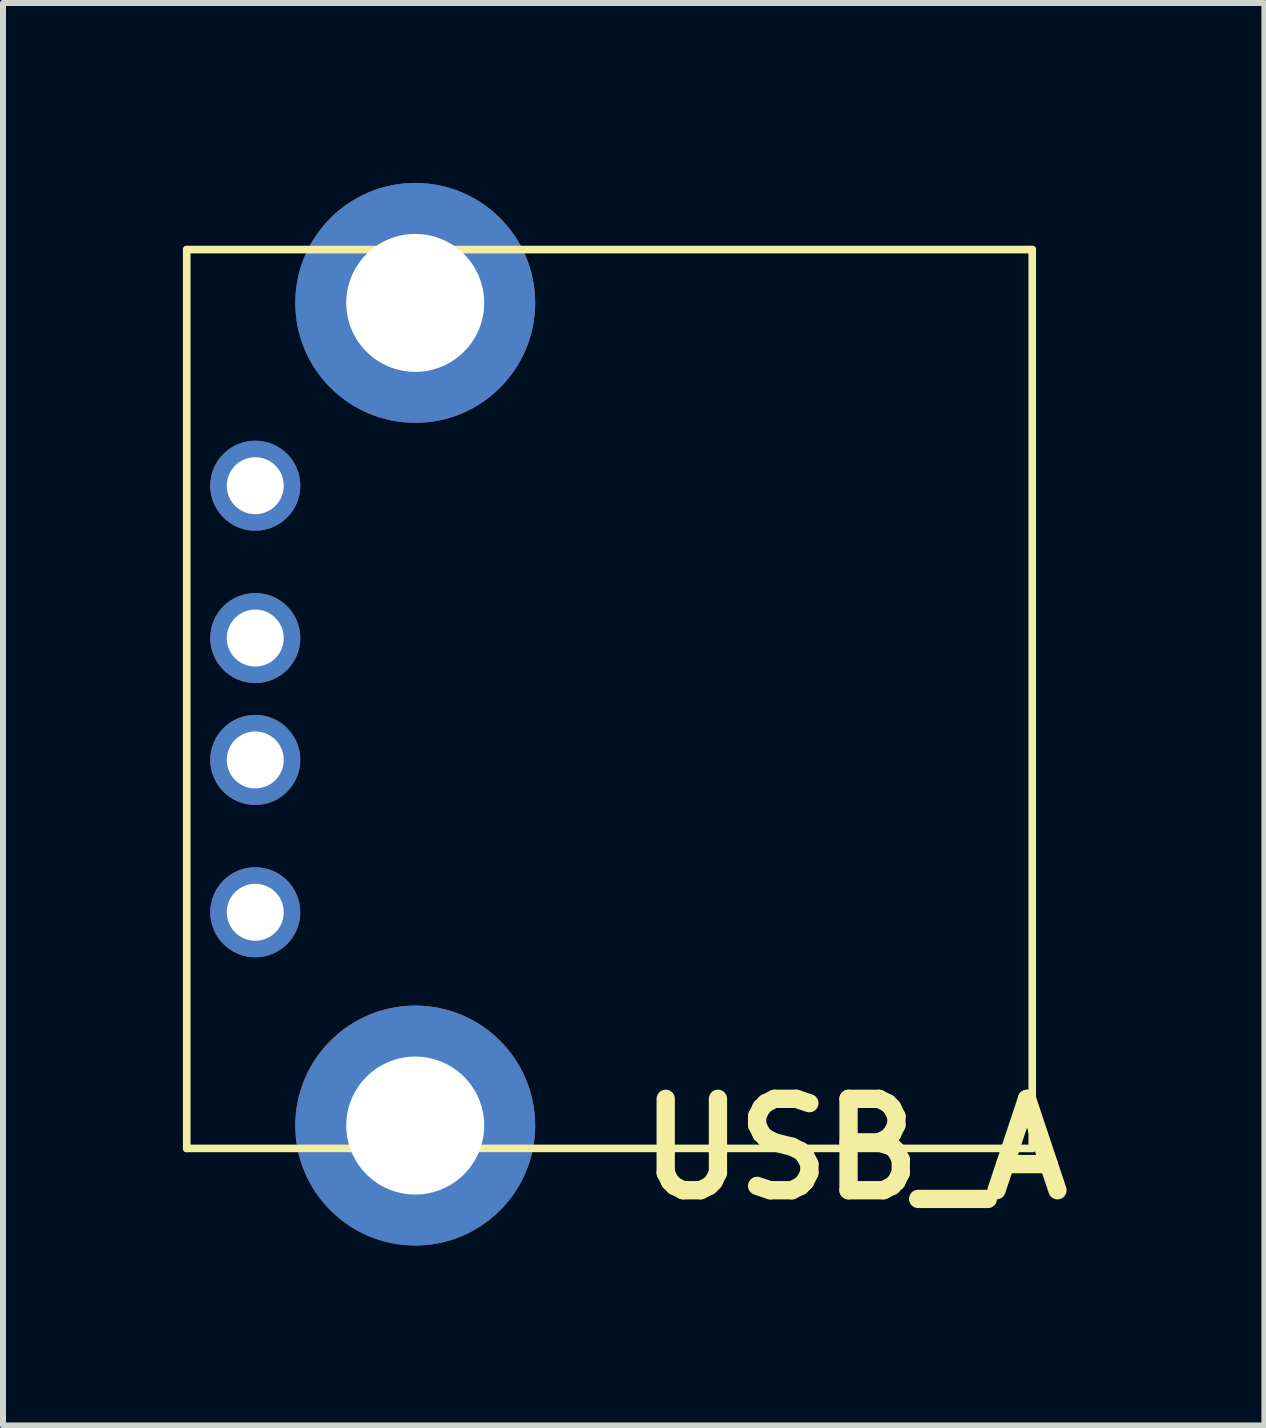
<source format=kicad_pcb>
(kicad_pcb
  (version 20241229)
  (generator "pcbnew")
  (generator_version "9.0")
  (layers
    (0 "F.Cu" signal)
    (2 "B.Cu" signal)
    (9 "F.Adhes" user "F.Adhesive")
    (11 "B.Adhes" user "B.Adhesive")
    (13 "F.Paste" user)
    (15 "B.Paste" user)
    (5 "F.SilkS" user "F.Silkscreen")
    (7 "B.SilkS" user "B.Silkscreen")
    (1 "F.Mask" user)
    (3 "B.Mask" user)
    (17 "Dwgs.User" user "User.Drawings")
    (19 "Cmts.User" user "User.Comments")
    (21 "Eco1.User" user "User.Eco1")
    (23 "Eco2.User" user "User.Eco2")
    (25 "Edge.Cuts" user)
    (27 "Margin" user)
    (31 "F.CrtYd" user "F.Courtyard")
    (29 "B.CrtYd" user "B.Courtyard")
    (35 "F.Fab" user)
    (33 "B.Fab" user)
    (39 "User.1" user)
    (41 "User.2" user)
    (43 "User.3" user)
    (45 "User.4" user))
  (footprint "USB_A"
    (layer "F.Cu")
    (at 1.206 8.604)
    (property "Reference" "USB_A" (at 10 7.501 0) (layer "F.SilkS") (effects (font (size 1.524 1.524) (thickness 0.305))))
    (attr through_hole)
    (fp_line (start -1.143 -7.493) (end -1.143 7.493) (stroke (width 0.127) (type solid)) (layer "F.SilkS"))
    (fp_line (start -1.143 -7.493) (end 12.954 -7.493) (stroke (width 0.127) (type solid)) (layer "F.SilkS"))
    (fp_line (start 12.954 -7.493) (end 12.954 7.493) (stroke (width 0.127) (type solid)) (layer "F.SilkS"))
    (fp_line (start 12.954 7.493) (end -1.143 7.493) (stroke (width 0.127) (type solid)) (layer "F.SilkS"))
    (pad "1" thru_hole circle (at 0 3.556) (size 1.501 1.501) (drill 0.95) (layers "*.Cu" "*.Mask"))
    (pad "2" thru_hole circle (at 0 1.016) (size 1.501 1.501) (drill 0.95) (layers "*.Cu" "*.Mask"))
    (pad "3" thru_hole circle (at 0 -1.016) (size 1.501 1.501) (drill 0.95) (layers "*.Cu" "*.Mask"))
    (pad "4" thru_hole circle (at 0 -3.556) (size 1.501 1.501) (drill 0.95) (layers "*.Cu" "*.Mask"))
    (pad "5" thru_hole circle (at 2.667 -6.604) (size 4 4) (drill 2.3) (layers "*.Cu" "*.Mask"))
    (pad "5" thru_hole circle (at 2.667 7.112) (size 4 4) (drill 2.3) (layers "*.Cu" "*.Mask")))
  (gr_rect
    (start -3 -3)
    (end 18.031 20.716)
    (stroke (width 0.1) (type default))
    (fill no)
    (layer "Edge.Cuts")))
</source>
